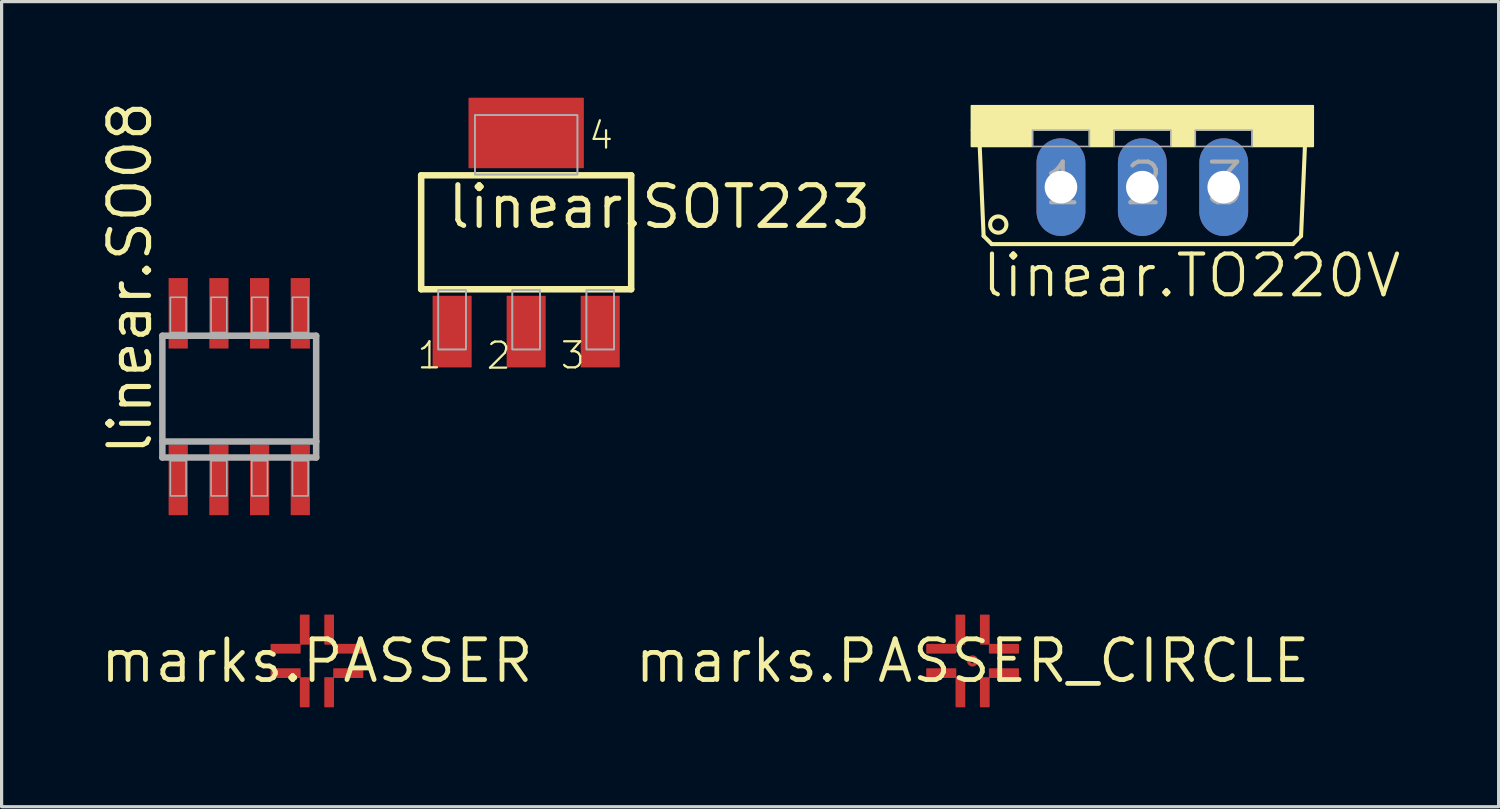
<source format=kicad_pcb>
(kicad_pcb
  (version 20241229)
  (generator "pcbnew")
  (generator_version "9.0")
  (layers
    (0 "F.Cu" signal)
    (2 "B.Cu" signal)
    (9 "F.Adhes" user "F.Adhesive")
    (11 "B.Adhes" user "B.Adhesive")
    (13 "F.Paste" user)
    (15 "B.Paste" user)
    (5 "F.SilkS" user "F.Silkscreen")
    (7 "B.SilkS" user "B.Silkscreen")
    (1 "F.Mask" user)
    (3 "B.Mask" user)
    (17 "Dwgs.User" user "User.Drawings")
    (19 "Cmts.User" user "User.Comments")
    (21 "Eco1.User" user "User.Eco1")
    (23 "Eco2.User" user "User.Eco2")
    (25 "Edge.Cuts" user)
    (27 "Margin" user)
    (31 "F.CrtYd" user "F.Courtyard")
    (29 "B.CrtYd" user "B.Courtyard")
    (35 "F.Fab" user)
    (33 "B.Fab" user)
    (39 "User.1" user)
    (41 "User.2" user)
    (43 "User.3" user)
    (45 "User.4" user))
  (footprint "linear.TO220V"
    (layer "F.Cu")
    (at 32.6 0.25)
    (property "Reference" "linear.TO220V" (at -5.08 6.045 0) (layer "F.SilkS") (effects (font (size 1.27 1.27) (thickness 0.13)) (justify left bottom)))
    (attr through_hole)
    (fp_line (start -4.953 4.064) (end -5.08 1.143) (stroke (width 0.127) (type default)) (layer "F.SilkS"))
    (fp_line (start -4.953 4.064) (end -4.699 4.318) (stroke (width 0.127) (type default)) (layer "F.SilkS"))
    (fp_line (start 4.699 4.318) (end -4.699 4.318) (stroke (width 0.127) (type default)) (layer "F.SilkS"))
    (fp_line (start 4.699 4.318) (end 4.953 4.064) (stroke (width 0.127) (type default)) (layer "F.SilkS"))
    (fp_line (start 5.08 1.143) (end 4.953 4.064) (stroke (width 0.127) (type default)) (layer "F.SilkS"))
    (fp_rect (start -5.334 0.762) (end 5.334 0) (stroke (width 0.05) (type default)) (fill yes) (layer "F.SilkS"))
    (fp_rect (start -5.334 1.27) (end -3.429 0.762) (stroke (width 0.05) (type default)) (fill yes) (layer "F.SilkS"))
    (fp_rect (start -1.651 1.27) (end -0.889 0.762) (stroke (width 0.05) (type default)) (fill yes) (layer "F.SilkS"))
    (fp_rect (start 0.889 1.27) (end 1.651 0.762) (stroke (width 0.05) (type default)) (fill yes) (layer "F.SilkS"))
    (fp_rect (start 3.429 1.27) (end 5.334 0.762) (stroke (width 0.05) (type default)) (fill yes) (layer "F.SilkS"))
    (fp_circle (center -4.496 3.708) (end -4.242 3.708) (stroke (width 0.127) (type default)) (fill no) (layer "F.SilkS"))
    (fp_rect (start -3.429 1.27) (end -1.651 0.762) (stroke (width 0.05) (type default)) (fill no) (layer "F.Fab"))
    (fp_rect (start -0.889 1.27) (end 0.889 0.762) (stroke (width 0.05) (type default)) (fill no) (layer "F.Fab"))
    (fp_rect (start 1.651 1.27) (end 3.429 0.762) (stroke (width 0.05) (type default)) (fill no) (layer "F.Fab"))
    (fp_text user "1" (at -3.175 3.175 0) (layer "F.Fab") (effects (font (size 1.27 1.27) (thickness 0.13)) (justify left bottom)))
    (fp_text user "3" (at 1.905 3.175 0) (layer "F.Fab") (effects (font (size 1.27 1.27) (thickness 0.13)) (justify left bottom)))
    (fp_text user "2" (at -0.635 3.175 0) (layer "F.Fab") (effects (font (size 1.27 1.27) (thickness 0.13)) (justify left bottom)))
    (pad "1" thru_hole oval (at -2.54 2.54 90) (size 3.048 1.524) (drill 1.016) (layers "*.Cu" "*.Mask"))
    (pad "2" thru_hole oval (at 0 2.54 90) (size 3.048 1.524) (drill 1.016) (layers "*.Cu" "*.Mask"))
    (pad "3" thru_hole oval (at 2.54 2.54 90) (size 3.048 1.524) (drill 1.016) (layers "*.Cu" "*.Mask")))
  (footprint "linear.SOT223"
    (layer "F.Cu")
    (at 13.371 4.199)
    (property "Reference" "linear.SOT223" (at -2.54 -0.051 0) (layer "F.SilkS") (effects (font (size 1.27 1.27) (thickness 0.16)) (justify left bottom)))
    (attr smd)
    (fp_line (start -3.277 -1.778) (end 3.277 -1.778) (stroke (width 0.203) (type default)) (layer "F.SilkS"))
    (fp_line (start -3.277 1.778) (end -3.277 -1.778) (stroke (width 0.203) (type default)) (layer "F.SilkS"))
    (fp_line (start 3.277 -1.778) (end 3.277 1.778) (stroke (width 0.203) (type default)) (layer "F.SilkS"))
    (fp_line (start 3.277 1.778) (end -3.277 1.778) (stroke (width 0.203) (type default)) (layer "F.SilkS"))
    (fp_rect (start -2.743 3.658) (end -1.88 1.803) (stroke (width 0.05) (type default)) (fill no) (layer "F.Fab"))
    (fp_rect (start -2.743 3.658) (end -1.88 1.803) (stroke (width 0.05) (type default)) (fill no) (layer "F.Fab"))
    (fp_rect (start -1.6 -1.803) (end 1.6 -3.658) (stroke (width 0.05) (type default)) (fill no) (layer "F.Fab"))
    (fp_rect (start -1.6 -1.803) (end 1.6 -3.658) (stroke (width 0.05) (type default)) (fill no) (layer "F.Fab"))
    (fp_rect (start -0.432 3.658) (end 0.432 1.803) (stroke (width 0.05) (type default)) (fill no) (layer "F.Fab"))
    (fp_rect (start -0.432 3.658) (end 0.432 1.803) (stroke (width 0.05) (type default)) (fill no) (layer "F.Fab"))
    (fp_rect (start 1.88 3.658) (end 2.743 1.803) (stroke (width 0.05) (type default)) (fill no) (layer "F.Fab"))
    (fp_rect (start 1.88 3.658) (end 2.743 1.803) (stroke (width 0.05) (type default)) (fill no) (layer "F.Fab"))
    (fp_text user "1" (at -3.453 4.318 0) (layer "F.SilkS") (effects (font (size 0.813 0.813) (thickness 0.07)) (justify left bottom)))
    (fp_text user "3" (at 1.021 4.318 0) (layer "F.SilkS") (effects (font (size 0.813 0.813) (thickness 0.07)) (justify left bottom)))
    (fp_text user "2" (at -1.291 4.327 0) (layer "F.SilkS") (effects (font (size 0.813 0.813) (thickness 0.07)) (justify left bottom)))
    (fp_text user "4" (at 1.905 -2.54 0) (layer "F.SilkS") (effects (font (size 0.813 0.813) (thickness 0.07)) (justify left bottom)))
    (pad "1" smd roundrect (at -2.311 3.099) (size 1.219 2.235) (layers "F.Cu" "F.Mask" "F.Paste") (roundrect_rratio 0.01))
    (pad "2" smd roundrect (at 0 3.099) (size 1.219 2.235) (layers "F.Cu" "F.Mask" "F.Paste") (roundrect_rratio 0.01))
    (pad "3" smd roundrect (at 2.311 3.099) (size 1.219 2.235) (layers "F.Cu" "F.Mask" "F.Paste") (roundrect_rratio 0.01))
    (pad "4" smd roundrect (at 0 -3.099) (size 3.6 2.2) (layers "F.Cu" "F.Mask" "F.Paste") (roundrect_rratio 0.01)))
  (footprint "linear.SO08"
    (layer "F.Cu")
    (at 4.417 9.328)
    (property "Reference" "linear.SO08" (at -2.667 1.905 90) (layer "F.SilkS") (effects (font (size 1.27 1.27) (thickness 0.16)) (justify left bottom)))
    (attr smd)
    (fp_line (start -2.4 -1.9) (end 2.4 -1.9) (stroke (width 0.203) (type default)) (layer "F.Fab"))
    (fp_line (start -2.4 1.4) (end -2.4 -1.9) (stroke (width 0.203) (type default)) (layer "F.Fab"))
    (fp_line (start -2.4 1.9) (end -2.4 1.4) (stroke (width 0.203) (type default)) (layer "F.Fab"))
    (fp_line (start 2.4 -1.9) (end 2.4 1.4) (stroke (width 0.203) (type default)) (layer "F.Fab"))
    (fp_line (start 2.4 1.4) (end -2.4 1.4) (stroke (width 0.203) (type default)) (layer "F.Fab"))
    (fp_line (start 2.4 1.4) (end 2.4 1.9) (stroke (width 0.203) (type default)) (layer "F.Fab"))
    (fp_line (start 2.4 1.9) (end -2.4 1.9) (stroke (width 0.203) (type default)) (layer "F.Fab"))
    (fp_rect (start -2.15 -2) (end -1.66 -3.1) (stroke (width 0.05) (type default)) (fill no) (layer "F.Fab"))
    (fp_rect (start -2.15 3.1) (end -1.66 2) (stroke (width 0.05) (type default)) (fill no) (layer "F.Fab"))
    (fp_rect (start -0.88 -2) (end -0.39 -3.1) (stroke (width 0.05) (type default)) (fill no) (layer "F.Fab"))
    (fp_rect (start -0.88 3.1) (end -0.39 2) (stroke (width 0.05) (type default)) (fill no) (layer "F.Fab"))
    (fp_rect (start 0.39 -2) (end 0.88 -3.1) (stroke (width 0.05) (type default)) (fill no) (layer "F.Fab"))
    (fp_rect (start 0.39 3.1) (end 0.88 2) (stroke (width 0.05) (type default)) (fill no) (layer "F.Fab"))
    (fp_rect (start 1.66 -2) (end 2.15 -3.1) (stroke (width 0.05) (type default)) (fill no) (layer "F.Fab"))
    (fp_rect (start 1.66 3.1) (end 2.15 2) (stroke (width 0.05) (type default)) (fill no) (layer "F.Fab"))
    (pad "1" smd roundrect (at -1.905 2.6) (size 0.6 2.2) (layers "F.Cu" "F.Mask" "F.Paste") (roundrect_rratio 0.01))
    (pad "2" smd roundrect (at -0.635 2.6) (size 0.6 2.2) (layers "F.Cu" "F.Mask" "F.Paste") (roundrect_rratio 0.01))
    (pad "3" smd roundrect (at 0.635 2.6) (size 0.6 2.2) (layers "F.Cu" "F.Mask" "F.Paste") (roundrect_rratio 0.01))
    (pad "4" smd roundrect (at 1.905 2.6) (size 0.6 2.2) (layers "F.Cu" "F.Mask" "F.Paste") (roundrect_rratio 0.01))
    (pad "5" smd roundrect (at 1.905 -2.6) (size 0.6 2.2) (layers "F.Cu" "F.Mask" "F.Paste") (roundrect_rratio 0.01))
    (pad "6" smd roundrect (at 0.635 -2.6) (size 0.6 2.2) (layers "F.Cu" "F.Mask" "F.Paste") (roundrect_rratio 0.01))
    (pad "7" smd roundrect (at -0.635 -2.6) (size 0.6 2.2) (layers "F.Cu" "F.Mask" "F.Paste") (roundrect_rratio 0.01))
    (pad "8" smd roundrect (at -1.905 -2.6) (size 0.6 2.2) (layers "F.Cu" "F.Mask" "F.Paste") (roundrect_rratio 0.01)))
  (footprint "marks.PASSER_CIRCLE"
    (layer "F.Cu")
    (at 27.303 17.577)
    (property "Reference" "marks.PASSER_CIRCLE" (at 0 0 0) (layer "F.SilkS") (effects (font (size 1.27 1.27) (thickness 0.15))))
    (fp_rect (start -1.422 -0.254) (end -0.533 -0.508) (stroke (width 0.05) (type default)) (fill yes) (layer "F.Cu"))
    (fp_rect (start -1.422 0.508) (end -0.533 0.254) (stroke (width 0.05) (type default)) (fill yes) (layer "F.Cu"))
    (fp_rect (start -0.508 -0.533) (end -0.254 -1.422) (stroke (width 0.05) (type default)) (fill yes) (layer "F.Cu"))
    (fp_rect (start -0.508 1.422) (end -0.254 0.533) (stroke (width 0.05) (type default)) (fill yes) (layer "F.Cu"))
    (fp_rect (start 0.254 -0.533) (end 0.508 -1.422) (stroke (width 0.05) (type default)) (fill yes) (layer "F.Cu"))
    (fp_rect (start 0.254 1.422) (end 0.508 0.533) (stroke (width 0.05) (type default)) (fill yes) (layer "F.Cu"))
    (fp_rect (start 0.533 -0.254) (end 1.422 -0.508) (stroke (width 0.05) (type default)) (fill yes) (layer "F.Cu"))
    (fp_rect (start 0.533 0.508) (end 1.422 0.254) (stroke (width 0.05) (type default)) (fill yes) (layer "F.Cu"))
    (fp_circle (center 0 0) (end 0.125 0) (stroke (width 0.1) (type default)) (fill no) (layer "F.Cu"))
    (fp_rect (start -1.524 1.524) (end 1.524 -1.524) (stroke (width 0.05) (type default)) (fill yes) (layer "F.Mask")))
  (footprint "marks.PASSER"
    (layer "F.Cu")
    (at 6.841 17.577)
    (property "Reference" "marks.PASSER" (at 0 0 0) (layer "F.SilkS") (effects (font (size 1.27 1.27) (thickness 0.15))))
    (fp_rect (start -1.422 -0.254) (end -0.533 -0.508) (stroke (width 0.05) (type default)) (fill yes) (layer "F.Cu"))
    (fp_rect (start -1.422 0.508) (end -0.533 0.254) (stroke (width 0.05) (type default)) (fill yes) (layer "F.Cu"))
    (fp_rect (start -0.508 -0.533) (end -0.254 -1.422) (stroke (width 0.05) (type default)) (fill yes) (layer "F.Cu"))
    (fp_rect (start -0.508 1.422) (end -0.254 0.533) (stroke (width 0.05) (type default)) (fill yes) (layer "F.Cu"))
    (fp_rect (start 0.254 -0.533) (end 0.508 -1.422) (stroke (width 0.05) (type default)) (fill yes) (layer "F.Cu"))
    (fp_rect (start 0.254 1.422) (end 0.508 0.533) (stroke (width 0.05) (type default)) (fill yes) (layer "F.Cu"))
    (fp_rect (start 0.533 -0.254) (end 1.422 -0.508) (stroke (width 0.05) (type default)) (fill yes) (layer "F.Cu"))
    (fp_rect (start 0.533 0.508) (end 1.422 0.254) (stroke (width 0.05) (type default)) (fill yes) (layer "F.Cu"))
    (fp_rect (start -1.524 1.524) (end 1.524 -1.524) (stroke (width 0.05) (type default)) (fill yes) (layer "F.Mask")))
  (gr_rect
    (start -3 -3)
    (end 43.719 22.126)
    (stroke (width 0.1) (type default))
    (fill no)
    (layer "Edge.Cuts")))
</source>
